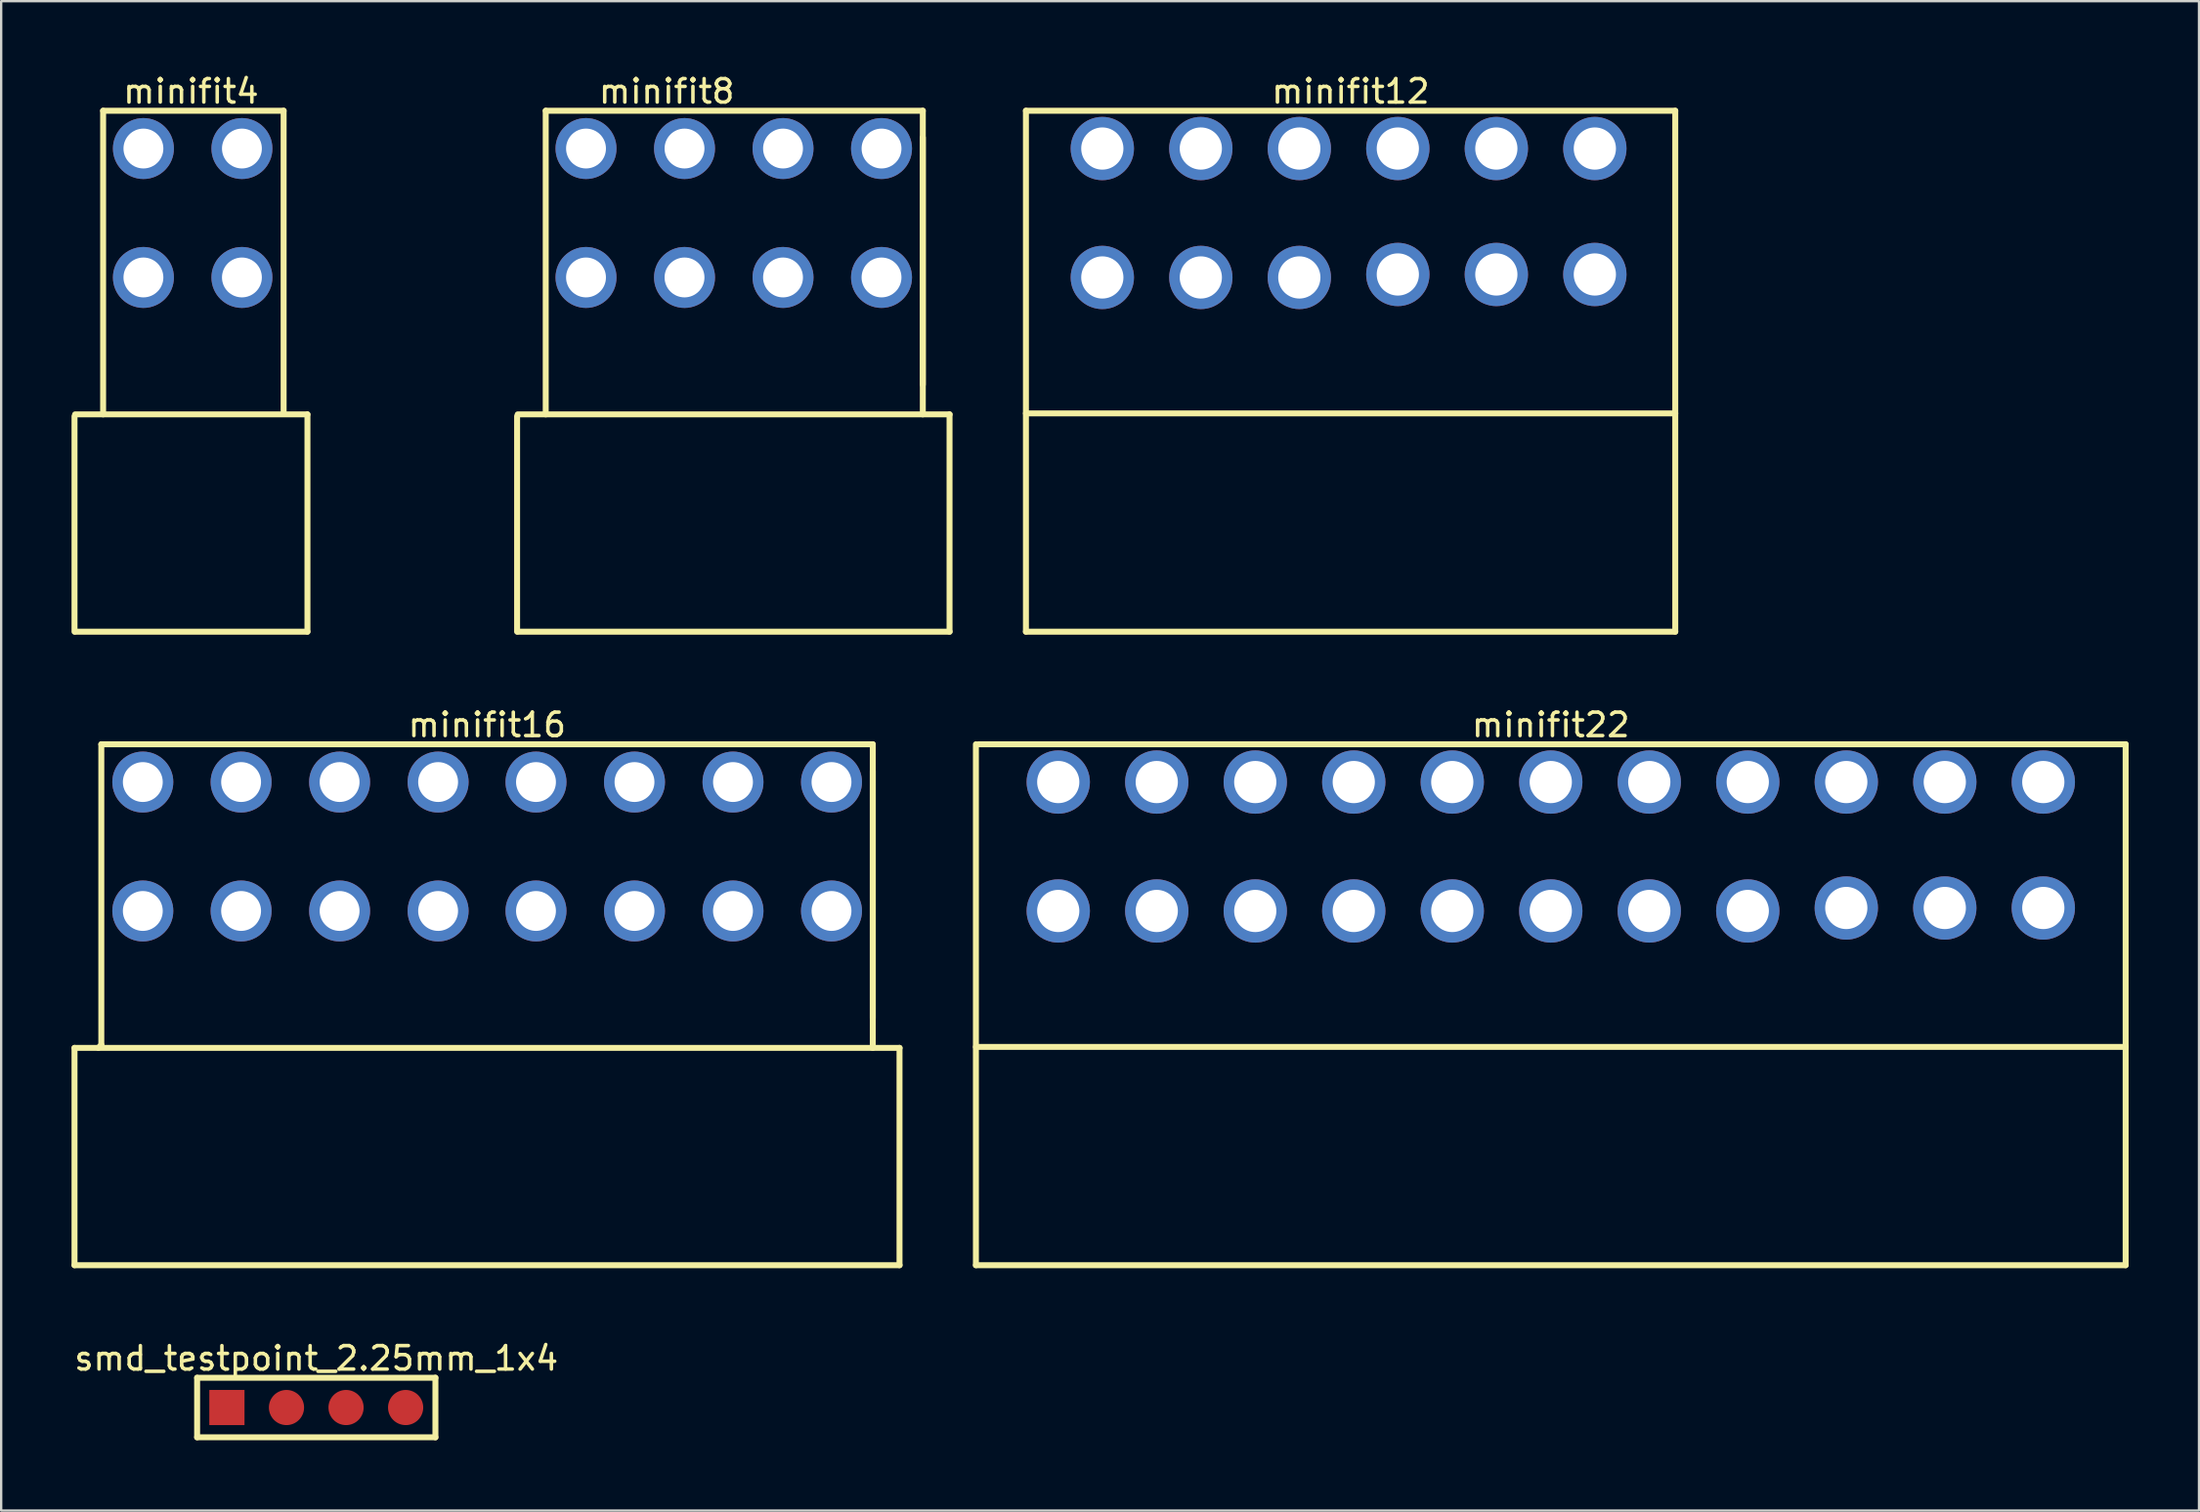
<source format=kicad_pcb>
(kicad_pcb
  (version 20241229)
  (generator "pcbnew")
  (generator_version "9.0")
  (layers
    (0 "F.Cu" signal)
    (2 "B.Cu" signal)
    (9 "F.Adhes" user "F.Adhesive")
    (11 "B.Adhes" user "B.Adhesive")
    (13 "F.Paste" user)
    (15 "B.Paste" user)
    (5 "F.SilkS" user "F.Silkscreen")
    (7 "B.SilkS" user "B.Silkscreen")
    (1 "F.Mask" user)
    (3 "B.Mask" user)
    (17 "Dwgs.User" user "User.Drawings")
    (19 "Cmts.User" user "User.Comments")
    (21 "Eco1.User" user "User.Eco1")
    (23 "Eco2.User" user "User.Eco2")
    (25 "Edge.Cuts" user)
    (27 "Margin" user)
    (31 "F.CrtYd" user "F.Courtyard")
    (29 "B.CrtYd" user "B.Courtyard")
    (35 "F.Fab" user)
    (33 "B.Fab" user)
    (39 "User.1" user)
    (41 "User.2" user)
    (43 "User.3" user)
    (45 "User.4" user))
  (footprint "minifit16"
    (layer "F.Cu")
    (at 17.653 33.148)
    (property "Reference" "minifit16" (at 0.064 -5.272 0) (layer "F.SilkS") (effects (font (size 1 1) (thickness 0.15))))
    (fp_line (start -17.526 8.509) (end 17.653 8.509) (stroke (width 0.254) (type solid)) (layer "F.SilkS"))
    (fp_line (start -17.526 17.78) (end -17.526 8.509) (stroke (width 0.254) (type solid)) (layer "F.SilkS"))
    (fp_line (start -17.526 17.78) (end 17.653 17.78) (stroke (width 0.254) (type solid)) (layer "F.SilkS"))
    (fp_line (start -16.51 8.509) (end -16.383 8.382) (stroke (width 0.254) (type solid)) (layer "F.SilkS"))
    (fp_line (start -16.383 -4.445) (end 16.51 -4.445) (stroke (width 0.254) (type solid)) (layer "F.SilkS"))
    (fp_line (start -16.383 8.382) (end -16.383 -4.445) (stroke (width 0.254) (type solid)) (layer "F.SilkS"))
    (fp_line (start 16.51 7.239) (end 16.51 -4.445) (stroke (width 0.254) (type solid)) (layer "F.SilkS"))
    (fp_line (start 16.51 8.509) (end 16.51 -3.302) (stroke (width 0.254) (type solid)) (layer "F.SilkS"))
    (fp_line (start 17.65 17.78) (end 17.65 8.509) (stroke (width 0.254) (type solid)) (layer "F.SilkS"))
    (pad "1" thru_hole circle (at 14.75 2.667 180) (size 2.6 2.6) (drill 1.7) (layers "*.Cu" "*.Mask"))
    (pad "2" thru_hole circle (at 14.75 -2.833 180) (size 2.6 2.6) (drill 1.7) (layers "*.Cu" "*.Mask"))
    (pad "3" thru_hole circle (at 10.55 2.667 180) (size 2.6 2.6) (drill 1.7) (layers "*.Cu" "*.Mask"))
    (pad "4" thru_hole circle (at 10.55 -2.833 180) (size 2.6 2.6) (drill 1.7) (layers "*.Cu" "*.Mask"))
    (pad "5" thru_hole circle (at 6.35 2.667 180) (size 2.6 2.6) (drill 1.7) (layers "*.Cu" "*.Mask"))
    (pad "6" thru_hole circle (at 6.35 -2.833 180) (size 2.6 2.6) (drill 1.7) (layers "*.Cu" "*.Mask"))
    (pad "7" thru_hole circle (at 2.15 2.667 180) (size 2.6 2.6) (drill 1.7) (layers "*.Cu" "*.Mask"))
    (pad "8" thru_hole circle (at 2.15 -2.833 180) (size 2.6 2.6) (drill 1.7) (layers "*.Cu" "*.Mask"))
    (pad "9" thru_hole circle (at -2.023 2.667 180) (size 2.6 2.6) (drill 1.7) (layers "*.Cu" "*.Mask"))
    (pad "10" thru_hole circle (at -2.023 -2.833 180) (size 2.6 2.6) (drill 1.7) (layers "*.Cu" "*.Mask"))
    (pad "11" thru_hole circle (at -6.223 2.667 180) (size 2.6 2.6) (drill 1.7) (layers "*.Cu" "*.Mask"))
    (pad "12" thru_hole circle (at -6.223 -2.833 180) (size 2.6 2.6) (drill 1.7) (layers "*.Cu" "*.Mask"))
    (pad "13" thru_hole circle (at -10.423 2.667 180) (size 2.6 2.6) (drill 1.7) (layers "*.Cu" "*.Mask"))
    (pad "14" thru_hole circle (at -10.423 -2.833 180) (size 2.6 2.6) (drill 1.7) (layers "*.Cu" "*.Mask"))
    (pad "15" thru_hole circle (at -14.614 2.667 180) (size 2.6 2.6) (drill 1.7) (layers "*.Cu" "*.Mask"))
    (pad "16" thru_hole circle (at -14.614 -2.833 180) (size 2.6 2.6) (drill 1.7) (layers "*.Cu" "*.Mask")))
  (footprint "minifit12"
    (layer "F.Cu")
    (at 43.868 8.787)
    (property "Reference" "minifit12" (at 10.668 -7.939 0) (layer "F.SilkS") (effects (font (size 1 1) (thickness 0.15))))
    (fp_line (start -3.175 -7.112) (end 24.511 -7.112) (stroke (width 0.254) (type solid)) (layer "F.SilkS"))
    (fp_line (start -3.175 5.8) (end 24.511 5.8) (stroke (width 0.254) (type solid)) (layer "F.SilkS"))
    (fp_line (start -3.175 15.113) (end -3.175 -7.112) (stroke (width 0.254) (type solid)) (layer "F.SilkS"))
    (fp_line (start -3.175 15.113) (end 24.511 15.113) (stroke (width 0.254) (type solid)) (layer "F.SilkS"))
    (fp_line (start 24.511 15.113) (end 24.511 -7.112) (stroke (width 0.254) (type solid)) (layer "F.SilkS"))
    (pad "1" thru_hole circle (at 21.082 -0.127 180) (size 2.7 2.7) (drill 1.8) (layers "*.Cu" "*.Mask"))
    (pad "2" thru_hole circle (at 21.082 -5.5 180) (size 2.7 2.7) (drill 1.8) (layers "*.Cu" "*.Mask"))
    (pad "3" thru_hole circle (at 16.882 -0.127 180) (size 2.7 2.7) (drill 1.8) (layers "*.Cu" "*.Mask"))
    (pad "4" thru_hole circle (at 16.882 -5.5 180) (size 2.7 2.7) (drill 1.8) (layers "*.Cu" "*.Mask"))
    (pad "5" thru_hole circle (at 12.682 -0.127 180) (size 2.7 2.7) (drill 1.8) (layers "*.Cu" "*.Mask"))
    (pad "6" thru_hole circle (at 12.682 -5.5 180) (size 2.7 2.7) (drill 1.8) (layers "*.Cu" "*.Mask"))
    (pad "7" thru_hole circle (at 8.482 0 180) (size 2.7 2.7) (drill 1.8) (layers "*.Cu" "*.Mask"))
    (pad "8" thru_hole circle (at 8.482 -5.5 180) (size 2.7 2.7) (drill 1.8) (layers "*.Cu" "*.Mask"))
    (pad "9" thru_hole circle (at 4.282 0 180) (size 2.7 2.7) (drill 1.8) (layers "*.Cu" "*.Mask"))
    (pad "10" thru_hole circle (at 4.282 -5.5 180) (size 2.7 2.7) (drill 1.8) (layers "*.Cu" "*.Mask"))
    (pad "11" thru_hole circle (at 0.082 0 180) (size 2.7 2.7) (drill 1.8) (layers "*.Cu" "*.Mask"))
    (pad "12" thru_hole circle (at 0.082 -5.5 180) (size 2.7 2.7) (drill 1.8) (layers "*.Cu" "*.Mask")))
  (footprint "minifit8"
    (layer "F.Cu")
    (at 13.436 8.787)
    (property "Reference" "minifit8" (at 11.94 -7.939 0) (layer "F.SilkS") (effects (font (size 1 1) (thickness 0.15))))
    (fp_line (start 5.562 15.113) (end 5.562 5.922) (stroke (width 0.254) (type solid)) (layer "F.SilkS"))
    (fp_line (start 5.588 5.842) (end 24.003 5.842) (stroke (width 0.254) (type solid)) (layer "F.SilkS"))
    (fp_line (start 5.588 15.113) (end 24.003 15.113) (stroke (width 0.254) (type solid)) (layer "F.SilkS"))
    (fp_line (start 6.782 -7.112) (end 22.86 -7.112) (stroke (width 0.254) (type solid)) (layer "F.SilkS"))
    (fp_line (start 6.782 5.842) (end 6.782 -7.112) (stroke (width 0.254) (type solid)) (layer "F.SilkS"))
    (fp_line (start 22.86 4.572) (end 22.86 -7.112) (stroke (width 0.254) (type solid)) (layer "F.SilkS"))
    (fp_line (start 22.86 5.842) (end 22.86 -5.969) (stroke (width 0.254) (type solid)) (layer "F.SilkS"))
    (fp_line (start 24 15.113) (end 24 5.842) (stroke (width 0.254) (type solid)) (layer "F.SilkS"))
    (pad "1" thru_hole circle (at 21.1 0 180) (size 2.6 2.6) (drill 1.7) (layers "*.Cu" "*.Mask"))
    (pad "2" thru_hole circle (at 21.1 -5.5 180) (size 2.6 2.6) (drill 1.7) (layers "*.Cu" "*.Mask"))
    (pad "3" thru_hole circle (at 16.9 0 180) (size 2.6 2.6) (drill 1.7) (layers "*.Cu" "*.Mask"))
    (pad "4" thru_hole circle (at 16.9 -5.5 180) (size 2.6 2.6) (drill 1.7) (layers "*.Cu" "*.Mask"))
    (pad "5" thru_hole circle (at 12.7 0 180) (size 2.6 2.6) (drill 1.7) (layers "*.Cu" "*.Mask"))
    (pad "6" thru_hole circle (at 12.7 -5.5 180) (size 2.6 2.6) (drill 1.7) (layers "*.Cu" "*.Mask"))
    (pad "7" thru_hole circle (at 8.5 0 180) (size 2.6 2.6) (drill 1.7) (layers "*.Cu" "*.Mask"))
    (pad "8" thru_hole circle (at 8.5 -5.5 180) (size 2.6 2.6) (drill 1.7) (layers "*.Cu" "*.Mask")))
  (footprint "smd_testpoint_2.25mm_1x4"
    (layer "F.Cu")
    (at 6.625 57)
    (property "Reference" "smd_testpoint_2.25mm_1x4" (at 3.81 -2.097 0) (layer "F.SilkS") (effects (font (size 1 1) (thickness 0.15))))
    (fp_line (start -1.27 -1.27) (end 8.89 -1.27) (stroke (width 0.254) (type solid)) (layer "F.SilkS"))
    (fp_line (start -1.27 1.27) (end -1.27 -1.27) (stroke (width 0.254) (type solid)) (layer "F.SilkS"))
    (fp_line (start -1.27 1.27) (end 8.89 1.27) (stroke (width 0.254) (type solid)) (layer "F.SilkS"))
    (fp_line (start 8.89 1.27) (end 8.89 -1.27) (stroke (width 0.254) (type solid)) (layer "F.SilkS"))
    (pad "1" smd rect (at 0 0) (size 1.5 1.5) (layers "F.Cu" "F.Mask" "F.Paste"))
    (pad "2" smd circle (at 2.54 0) (size 1.5 1.5) (layers "F.Cu" "F.Mask" "F.Paste"))
    (pad "3" smd circle (at 5.08 0) (size 1.5 1.5) (layers "F.Cu" "F.Mask" "F.Paste"))
    (pad "4" smd circle (at 7.62 0) (size 1.5 1.5) (layers "F.Cu" "F.Mask" "F.Paste")))
  (footprint "minifit22"
    (layer "F.Cu")
    (at 63.071 35.815)
    (property "Reference" "minifit22" (at 0 -7.939 0) (layer "F.SilkS") (effects (font (size 1 1) (thickness 0.15))))
    (fp_line (start -24.511 5.8) (end 24.511 5.8) (stroke (width 0.254) (type solid)) (layer "F.SilkS"))
    (fp_line (start -24.511 15.113) (end -24.511 -7.112) (stroke (width 0.254) (type solid)) (layer "F.SilkS"))
    (fp_line (start -24.511 15.113) (end 24.511 15.113) (stroke (width 0.254) (type solid)) (layer "F.SilkS"))
    (fp_line (start -24.4 -7.112) (end 24.511 -7.112) (stroke (width 0.254) (type solid)) (layer "F.SilkS"))
    (fp_line (start 24.511 15.113) (end 24.511 -7.112) (stroke (width 0.254) (type solid)) (layer "F.SilkS"))
    (pad "1" thru_hole circle (at 21 -0.127 180) (size 2.7 2.7) (drill 1.8) (layers "*.Cu" "*.Mask"))
    (pad "2" thru_hole circle (at 21 -5.5 180) (size 2.7 2.7) (drill 1.8) (layers "*.Cu" "*.Mask"))
    (pad "3" thru_hole circle (at 16.8 -0.127 180) (size 2.7 2.7) (drill 1.8) (layers "*.Cu" "*.Mask"))
    (pad "4" thru_hole circle (at 16.8 -5.5 180) (size 2.7 2.7) (drill 1.8) (layers "*.Cu" "*.Mask"))
    (pad "5" thru_hole circle (at 12.6 -0.127 180) (size 2.7 2.7) (drill 1.8) (layers "*.Cu" "*.Mask"))
    (pad "6" thru_hole circle (at 12.6 -5.5 180) (size 2.7 2.7) (drill 1.8) (layers "*.Cu" "*.Mask"))
    (pad "7" thru_hole circle (at 8.4 0 180) (size 2.7 2.7) (drill 1.8) (layers "*.Cu" "*.Mask"))
    (pad "8" thru_hole circle (at 8.4 -5.5 180) (size 2.7 2.7) (drill 1.8) (layers "*.Cu" "*.Mask"))
    (pad "9" thru_hole circle (at 4.2 0 180) (size 2.7 2.7) (drill 1.8) (layers "*.Cu" "*.Mask"))
    (pad "10" thru_hole circle (at 4.2 -5.5 180) (size 2.7 2.7) (drill 1.8) (layers "*.Cu" "*.Mask"))
    (pad "11" thru_hole circle (at 0 0 180) (size 2.7 2.7) (drill 1.8) (layers "*.Cu" "*.Mask"))
    (pad "12" thru_hole circle (at 0 -5.5 180) (size 2.7 2.7) (drill 1.8) (layers "*.Cu" "*.Mask"))
    (pad "13" thru_hole circle (at -4.2 0 180) (size 2.7 2.7) (drill 1.8) (layers "*.Cu" "*.Mask"))
    (pad "14" thru_hole circle (at -4.2 -5.5 180) (size 2.7 2.7) (drill 1.8) (layers "*.Cu" "*.Mask"))
    (pad "15" thru_hole circle (at -8.4 0 180) (size 2.7 2.7) (drill 1.8) (layers "*.Cu" "*.Mask"))
    (pad "16" thru_hole circle (at -8.4 -5.5 180) (size 2.7 2.7) (drill 1.8) (layers "*.Cu" "*.Mask"))
    (pad "17" thru_hole circle (at -12.6 0 180) (size 2.7 2.7) (drill 1.8) (layers "*.Cu" "*.Mask"))
    (pad "18" thru_hole circle (at -12.6 -5.5 180) (size 2.7 2.7) (drill 1.8) (layers "*.Cu" "*.Mask"))
    (pad "19" thru_hole circle (at -16.8 0 180) (size 2.7 2.7) (drill 1.8) (layers "*.Cu" "*.Mask"))
    (pad "20" thru_hole circle (at -16.8 -5.5 180) (size 2.7 2.7) (drill 1.8) (layers "*.Cu" "*.Mask"))
    (pad "21" thru_hole circle (at -21 0 180) (size 2.7 2.7) (drill 1.8) (layers "*.Cu" "*.Mask"))
    (pad "22" thru_hole circle (at -21 -5.5 180) (size 2.7 2.7) (drill 1.8) (layers "*.Cu" "*.Mask")))
  (footprint "minifit4"
    (layer "F.Cu")
    (at 5.165 6.037)
    (property "Reference" "minifit4" (at -0.072 -5.189 0) (layer "F.SilkS") (effects (font (size 1 1) (thickness 0.15))))
    (fp_line (start -5.038 17.863) (end -5.038 8.672) (stroke (width 0.254) (type solid)) (layer "F.SilkS"))
    (fp_line (start -5.012 8.592) (end 4.894 8.592) (stroke (width 0.254) (type solid)) (layer "F.SilkS"))
    (fp_line (start -5.012 17.863) (end 4.894 17.863) (stroke (width 0.254) (type solid)) (layer "F.SilkS"))
    (fp_line (start -3.818 -4.362) (end 3.878 -4.362) (stroke (width 0.254) (type solid)) (layer "F.SilkS"))
    (fp_line (start -3.818 8.592) (end -3.818 -4.362) (stroke (width 0.254) (type solid)) (layer "F.SilkS"))
    (fp_line (start 3.878 8.465) (end 3.878 -4.362) (stroke (width 0.254) (type solid)) (layer "F.SilkS"))
    (fp_line (start 4.894 17.863) (end 4.894 8.592) (stroke (width 0.254) (type solid)) (layer "F.SilkS"))
    (pad "1" thru_hole circle (at 2.1 2.75 180) (size 2.6 2.6) (drill 1.7) (layers "*.Cu" "*.Mask"))
    (pad "2" thru_hole circle (at -2.1 2.75 180) (size 2.6 2.6) (drill 1.7) (layers "*.Cu" "*.Mask"))
    (pad "3" thru_hole circle (at -2.1 -2.75 180) (size 2.6 2.6) (drill 1.7) (layers "*.Cu" "*.Mask"))
    (pad "4" thru_hole circle (at 2.1 -2.75 180) (size 2.6 2.6) (drill 1.7) (layers "*.Cu" "*.Mask")))
  (gr_rect
    (start -3 -3)
    (end 90.709 61.397)
    (stroke (width 0.1) (type default))
    (fill no)
    (layer "Edge.Cuts")))
</source>
